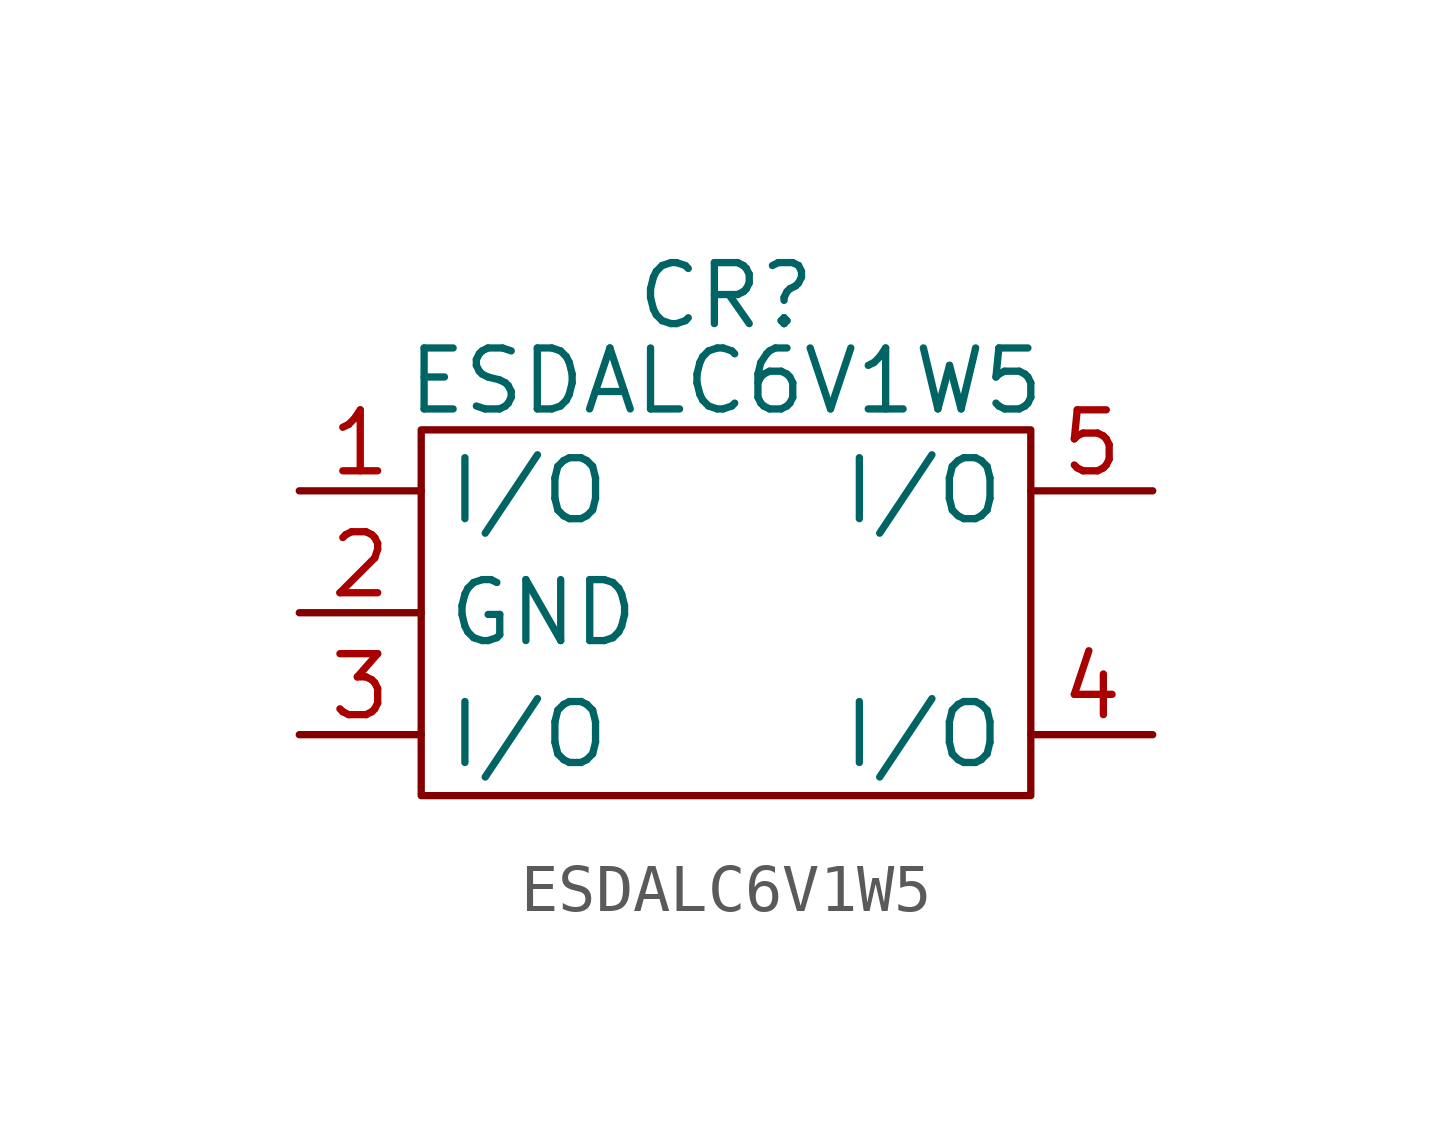
<source format=kicad_sym>
(kicad_symbol_lib
  (version 20231120)
  (generator "kicad_symbol_editor")
  (generator_version "8.0")
  (symbol "ESDALC6V1W5"
    (property "Reference" "CR"
      (at 0 0.254 0)
      (effects (font (size 1.27 1.27))))
    (property "Value" "ESDALC6V1W5"
      (at 0 -1.524 0)
      (effects (font (size 1.27 1.27))))
    (symbol "ESDALC6V1W5_0_1"
      (polyline (pts (xy -6.35 -10.16) (xy -6.35 -2.54) (xy 6.35 -2.54) (xy 6.35 -10.16) (xy -6.35 -10.16)) (stroke (width 0) (type default)) (fill (type none))))
    (symbol "ESDALC6V1W5_1_1"
      (pin input line (at -8.89 -3.81 0) (length 2.54) (name "I/O" (effects (font (size 1.27 1.27)))) (number "1" (effects (font (size 1.27 1.27)))))
      (pin input line (at -8.89 -6.35 0) (length 2.54) (name "GND" (effects (font (size 1.27 1.27)))) (number "2" (effects (font (size 1.27 1.27)))))
      (pin input line (at -8.89 -8.89 0) (length 2.54) (name "I/O" (effects (font (size 1.27 1.27)))) (number "3" (effects (font (size 1.27 1.27)))))
      (pin input line (at 8.89 -8.89 180) (length 2.54) (name "I/O" (effects (font (size 1.27 1.27)))) (number "4" (effects (font (size 1.27 1.27)))))
      (pin input line (at 8.89 -3.81 180) (length 2.54) (name "I/O" (effects (font (size 1.27 1.27)))) (number "5" (effects (font (size 1.27 1.27))))))))
</source>
